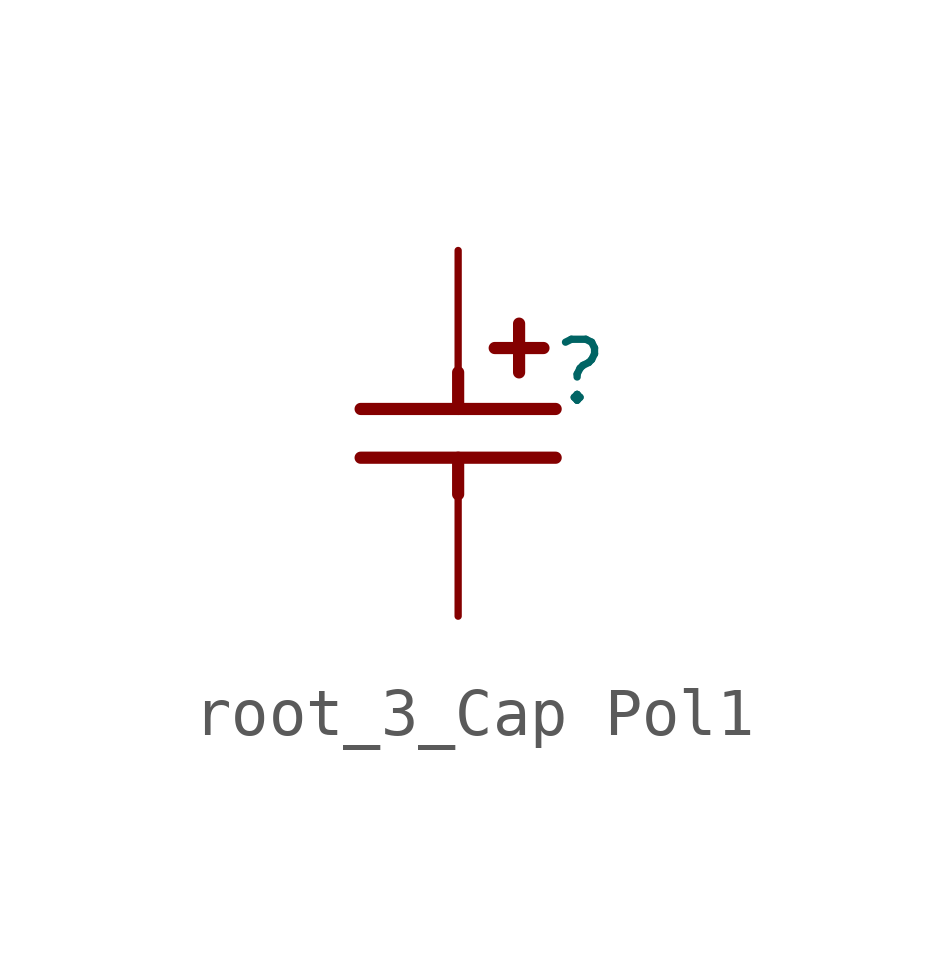
<source format=kicad_sym>
(kicad_symbol_lib
  (version 20231120)
  (generator "kicad_symbol_editor")
  (generator_version "8.0")
  (symbol "root_3_Cap Pol1"
    (property "Reference" ""
      (at 0 0 0)
      (effects (font (size 1.27 1.27))))
    (property "Value" ""
      (at 0 0 0)
      (effects (font (size 1.27 1.27))))
    (symbol "root_3_Cap Pol1_1_0"
      (polyline (pts (xy -4.572 -1.778) (xy -0.508 -1.778)) (stroke (width 0.254) (type solid)) (fill (type none)))
      (polyline (pts (xy -4.572 -0.762) (xy -0.508 -0.762)) (stroke (width 0.254) (type solid)) (fill (type none)))
      (polyline (pts (xy -2.54 -2.54) (xy -2.54 -1.778)) (stroke (width 0.254) (type solid)) (fill (type none)))
      (polyline (pts (xy -2.54 0) (xy -2.54 -0.762)) (stroke (width 0.254) (type solid)) (fill (type none)))
      (polyline (pts (xy -1.778 0.508) (xy -0.762 0.508)) (stroke (width 0.254) (type solid)) (fill (type none)))
      (polyline (pts (xy -1.27 0) (xy -1.27 1.016)) (stroke (width 0.254) (type solid)) (fill (type none)))
      (pin passive line (at -2.54 2.54 270) (length 2.54) (name "1" (effects (font (size 0 0)))) (number "1" (effects (font (size 0 0)))))
      (pin passive line (at -2.54 -5.08 90) (length 2.54) (name "2" (effects (font (size 0 0)))) (number "2" (effects (font (size 0 0))))))))
</source>
